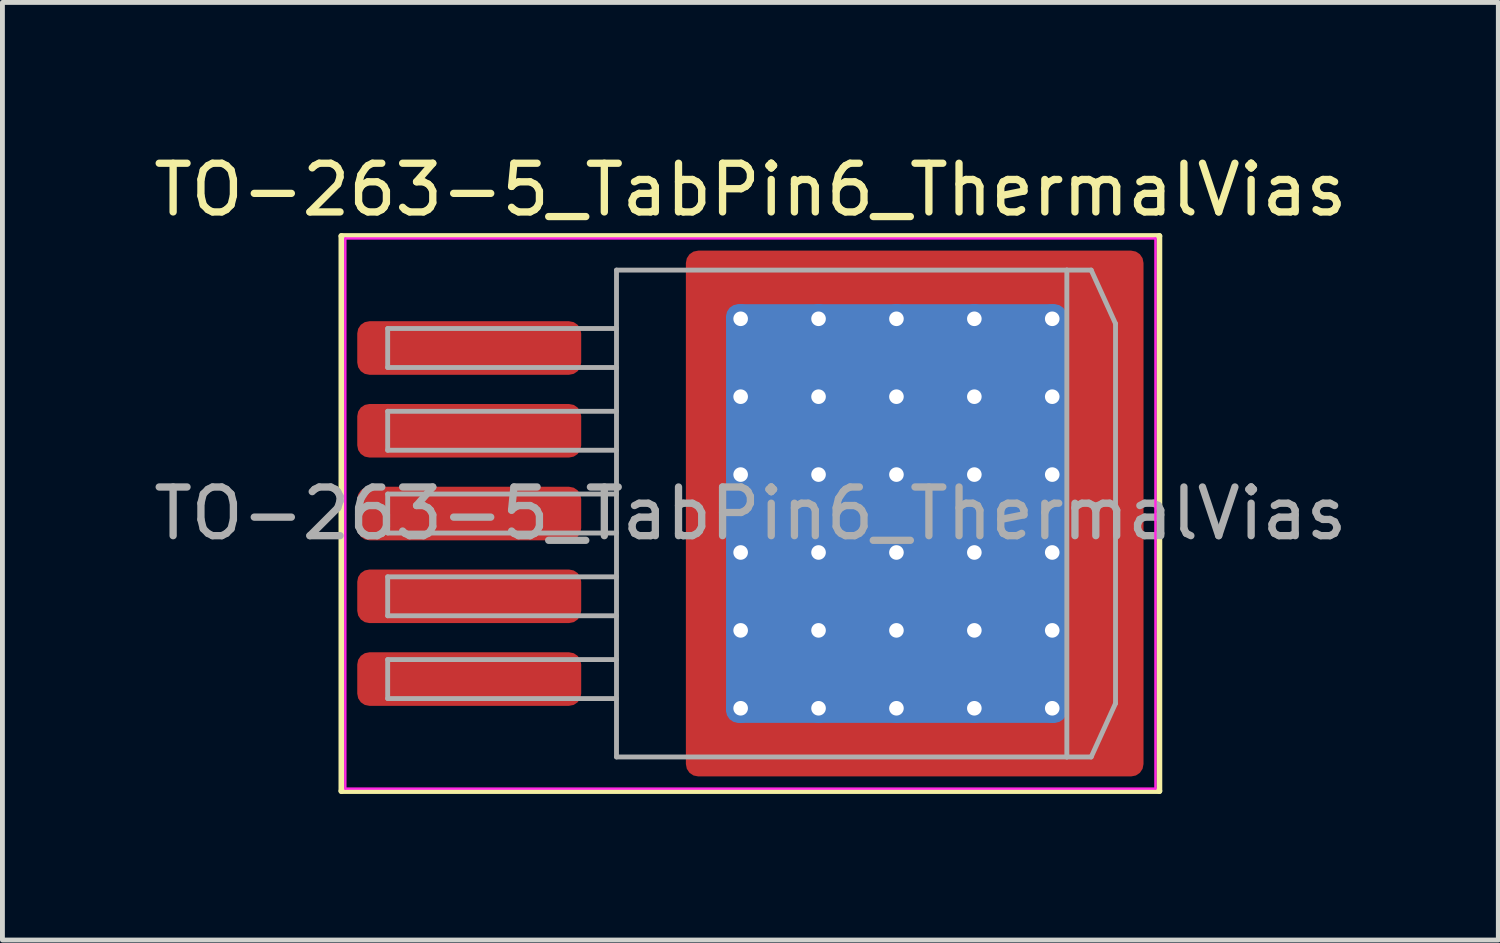
<source format=kicad_pcb>
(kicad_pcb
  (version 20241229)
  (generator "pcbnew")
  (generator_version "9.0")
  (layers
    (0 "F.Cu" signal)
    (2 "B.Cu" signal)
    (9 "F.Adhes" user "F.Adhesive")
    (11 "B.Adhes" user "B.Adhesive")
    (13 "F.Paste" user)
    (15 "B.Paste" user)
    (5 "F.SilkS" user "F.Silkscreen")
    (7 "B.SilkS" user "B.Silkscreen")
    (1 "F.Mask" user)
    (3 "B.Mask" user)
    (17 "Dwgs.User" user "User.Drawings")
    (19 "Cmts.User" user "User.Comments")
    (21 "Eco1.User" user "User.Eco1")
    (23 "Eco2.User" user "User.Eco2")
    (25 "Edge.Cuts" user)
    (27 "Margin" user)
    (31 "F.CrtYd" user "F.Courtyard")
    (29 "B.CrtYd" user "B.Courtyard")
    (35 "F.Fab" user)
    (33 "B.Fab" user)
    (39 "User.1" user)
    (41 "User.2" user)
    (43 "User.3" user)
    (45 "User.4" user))
  (footprint "TO-263-5_TabPin6_ThermalVias"
    (layer "F.Cu")
    (at 12.363 7.498)
    (property "Reference" "TO-263-5_TabPin6_ThermalVias" (at 0 -6.65 0) (layer "F.SilkS") (effects (font (size 1 1) (thickness 0.15))))
    (attr smd)
    (fp_line (start -8.4 -5.7) (end -8.4 5.7) (stroke (width 0.12) (type solid)) (layer "F.SilkS"))
    (fp_line (start -8.4 5.7) (end 8.4 5.7) (stroke (width 0.12) (type solid)) (layer "F.SilkS"))
    (fp_line (start 8.4 -5.7) (end -8.4 -5.7) (stroke (width 0.12) (type solid)) (layer "F.SilkS"))
    (fp_line (start 8.4 5.7) (end 8.4 -5.7) (stroke (width 0.12) (type solid)) (layer "F.SilkS"))
    (fp_line (start -8.32 -5.65) (end -8.32 5.65) (stroke (width 0.05) (type solid)) (layer "F.CrtYd"))
    (fp_line (start -8.32 5.65) (end 8.32 5.65) (stroke (width 0.05) (type solid)) (layer "F.CrtYd"))
    (fp_line (start 8.32 -5.65) (end -8.32 -5.65) (stroke (width 0.05) (type solid)) (layer "F.CrtYd"))
    (fp_line (start 8.32 5.65) (end 8.32 -5.65) (stroke (width 0.05) (type solid)) (layer "F.CrtYd"))
    (fp_line (start -7.45 -3.8) (end -7.45 -3) (stroke (width 0.1) (type solid)) (layer "F.Fab"))
    (fp_line (start -7.45 -3) (end -2.75 -3) (stroke (width 0.1) (type solid)) (layer "F.Fab"))
    (fp_line (start -7.45 -2.1) (end -7.45 -1.3) (stroke (width 0.1) (type solid)) (layer "F.Fab"))
    (fp_line (start -7.45 -1.3) (end -2.75 -1.3) (stroke (width 0.1) (type solid)) (layer "F.Fab"))
    (fp_line (start -7.45 -0.4) (end -7.45 0.4) (stroke (width 0.1) (type solid)) (layer "F.Fab"))
    (fp_line (start -7.45 0.4) (end -2.75 0.4) (stroke (width 0.1) (type solid)) (layer "F.Fab"))
    (fp_line (start -7.45 1.3) (end -7.45 2.1) (stroke (width 0.1) (type solid)) (layer "F.Fab"))
    (fp_line (start -7.45 2.1) (end -2.75 2.1) (stroke (width 0.1) (type solid)) (layer "F.Fab"))
    (fp_line (start -7.45 3) (end -7.45 3.8) (stroke (width 0.1) (type solid)) (layer "F.Fab"))
    (fp_line (start -7.45 3.8) (end -2.75 3.8) (stroke (width 0.1) (type solid)) (layer "F.Fab"))
    (fp_line (start -2.75 -5) (end 6.5 -5) (stroke (width 0.1) (type solid)) (layer "F.Fab"))
    (fp_line (start -2.75 -3.8) (end -7.45 -3.8) (stroke (width 0.1) (type solid)) (layer "F.Fab"))
    (fp_line (start -2.75 -2.1) (end -7.45 -2.1) (stroke (width 0.1) (type solid)) (layer "F.Fab"))
    (fp_line (start -2.75 -0.4) (end -7.45 -0.4) (stroke (width 0.1) (type solid)) (layer "F.Fab"))
    (fp_line (start -2.75 1.3) (end -7.45 1.3) (stroke (width 0.1) (type solid)) (layer "F.Fab"))
    (fp_line (start -2.75 3) (end -7.45 3) (stroke (width 0.1) (type solid)) (layer "F.Fab"))
    (fp_line (start -2.75 5) (end -2.75 -5) (stroke (width 0.1) (type solid)) (layer "F.Fab"))
    (fp_line (start 6.5 -5) (end 6.5 5) (stroke (width 0.1) (type solid)) (layer "F.Fab"))
    (fp_line (start 6.5 -5) (end 7 -5) (stroke (width 0.1) (type solid)) (layer "F.Fab"))
    (fp_line (start 6.5 5) (end -2.75 5) (stroke (width 0.1) (type solid)) (layer "F.Fab"))
    (fp_line (start 6.5 5) (end 7 5) (stroke (width 0.1) (type solid)) (layer "F.Fab"))
    (fp_line (start 7 -5) (end 7.5 -3.9) (stroke (width 0.1) (type solid)) (layer "F.Fab"))
    (fp_line (start 7 5) (end 7.5 3.9) (stroke (width 0.1) (type solid)) (layer "F.Fab"))
    (fp_line (start 7.5 -3.9) (end 7.5 3.9) (stroke (width 0.1) (type solid)) (layer "F.Fab"))
    (fp_text user "${REFERENCE}" (at 0 0 0) (layer "F.Fab") (effects (font (size 1 1) (thickness 0.15))))
    (pad "" smd roundrect (at -0.75 -4.65 90) (size 1.1 0.9) (layers "F.Paste") (roundrect_rratio 0.25))
    (pad "" smd roundrect (at -0.75 -3.2 90) (size 1.4 0.9) (layers "F.Paste") (roundrect_rratio 0.25))
    (pad "" smd roundrect (at -0.75 -1.6 90) (size 1.4 0.9) (layers "F.Paste") (roundrect_rratio 0.25))
    (pad "" smd roundrect (at -0.75 0 90) (size 1.4 0.9) (layers "F.Paste") (roundrect_rratio 0.25))
    (pad "" smd roundrect (at -0.75 1.6 90) (size 1.4 0.9) (layers "F.Paste") (roundrect_rratio 0.25))
    (pad "" smd roundrect (at -0.75 3.2 90) (size 1.4 0.9) (layers "F.Paste") (roundrect_rratio 0.25))
    (pad "" smd roundrect (at -0.75 4.65 90) (size 1.1 0.9) (layers "F.Paste") (roundrect_rratio 0.25))
    (pad "" smd roundrect (at 0.6 -4.65) (size 1.4 1.1) (layers "F.Paste") (roundrect_rratio 0.227))
    (pad "" smd roundrect (at 0.6 -3.2) (size 1.4 1.4) (layers "F.Paste") (roundrect_rratio 0.179))
    (pad "" smd roundrect (at 0.6 -1.6) (size 1.4 1.4) (layers "F.Paste") (roundrect_rratio 0.179))
    (pad "" smd roundrect (at 0.6 0) (size 1.4 1.4) (layers "F.Paste") (roundrect_rratio 0.179))
    (pad "" smd roundrect (at 0.6 1.6) (size 1.4 1.4) (layers "F.Paste") (roundrect_rratio 0.179))
    (pad "" smd roundrect (at 0.6 3.2) (size 1.4 1.4) (layers "F.Paste") (roundrect_rratio 0.179))
    (pad "" smd roundrect (at 0.6 4.65) (size 1.4 1.1) (layers "F.Paste") (roundrect_rratio 0.227))
    (pad "" smd roundrect (at 2.2 -4.65) (size 1.4 1.1) (layers "F.Paste") (roundrect_rratio 0.227))
    (pad "" smd roundrect (at 2.2 -3.2) (size 1.4 1.4) (layers "F.Paste") (roundrect_rratio 0.179))
    (pad "" smd roundrect (at 2.2 -1.6) (size 1.4 1.4) (layers "F.Paste") (roundrect_rratio 0.179))
    (pad "" smd roundrect (at 2.2 0) (size 1.4 1.4) (layers "F.Paste") (roundrect_rratio 0.179))
    (pad "" smd roundrect (at 2.2 1.6) (size 1.4 1.4) (layers "F.Paste") (roundrect_rratio 0.179))
    (pad "" smd roundrect (at 2.2 3.2) (size 1.4 1.4) (layers "F.Paste") (roundrect_rratio 0.179))
    (pad "" smd roundrect (at 2.2 4.65) (size 1.4 1.1) (layers "F.Paste") (roundrect_rratio 0.227))
    (pad "" smd roundrect (at 3.8 -4.65) (size 1.4 1.1) (layers "F.Paste") (roundrect_rratio 0.227))
    (pad "" smd roundrect (at 3.8 -3.2) (size 1.4 1.4) (layers "F.Paste") (roundrect_rratio 0.179))
    (pad "" smd roundrect (at 3.8 -1.6) (size 1.4 1.4) (layers "F.Paste") (roundrect_rratio 0.179))
    (pad "" smd roundrect (at 3.8 0) (size 1.4 1.4) (layers "F.Paste") (roundrect_rratio 0.179))
    (pad "" smd roundrect (at 3.8 1.6) (size 1.4 1.4) (layers "F.Paste") (roundrect_rratio 0.179))
    (pad "" smd roundrect (at 3.8 3.2) (size 1.4 1.4) (layers "F.Paste") (roundrect_rratio 0.179))
    (pad "" smd roundrect (at 3.8 4.65) (size 1.4 1.1) (layers "F.Paste") (roundrect_rratio 0.227))
    (pad "" smd roundrect (at 5.45 -4.65) (size 1.4 1.1) (layers "F.Paste") (roundrect_rratio 0.227))
    (pad "" smd roundrect (at 5.45 -3.2) (size 1.4 1.4) (layers "F.Paste") (roundrect_rratio 0.179))
    (pad "" smd roundrect (at 5.45 -1.6) (size 1.4 1.4) (layers "F.Paste") (roundrect_rratio 0.179))
    (pad "" smd roundrect (at 5.45 0) (size 1.4 1.4) (layers "F.Paste") (roundrect_rratio 0.179))
    (pad "" smd roundrect (at 5.45 1.6) (size 1.4 1.4) (layers "F.Paste") (roundrect_rratio 0.179))
    (pad "" smd roundrect (at 5.45 3.2) (size 1.4 1.4) (layers "F.Paste") (roundrect_rratio 0.179))
    (pad "" smd roundrect (at 5.45 4.65) (size 1.4 1.1) (layers "F.Paste") (roundrect_rratio 0.227))
    (pad "" smd roundrect (at 7.05 -4.65) (size 1.4 1.1) (layers "F.Paste") (roundrect_rratio 0.227))
    (pad "" smd roundrect (at 7.05 -3.2) (size 1.4 1.4) (layers "F.Paste") (roundrect_rratio 0.179))
    (pad "" smd roundrect (at 7.05 -1.6) (size 1.4 1.4) (layers "F.Paste") (roundrect_rratio 0.179))
    (pad "" smd roundrect (at 7.05 0) (size 1.4 1.4) (layers "F.Paste") (roundrect_rratio 0.179))
    (pad "" smd roundrect (at 7.05 1.6) (size 1.4 1.4) (layers "F.Paste") (roundrect_rratio 0.179))
    (pad "" smd roundrect (at 7.05 3.2) (size 1.4 1.4) (layers "F.Paste") (roundrect_rratio 0.179))
    (pad "" smd roundrect (at 7.05 4.65) (size 1.4 1.1) (layers "F.Paste") (roundrect_rratio 0.227))
    (pad "1" smd roundrect (at -5.775 -3.4) (size 4.6 1.1) (layers "F.Cu" "F.Mask" "F.Paste") (roundrect_rratio 0.227))
    (pad "2" smd roundrect (at -5.775 -1.7) (size 4.6 1.1) (layers "F.Cu" "F.Mask" "F.Paste") (roundrect_rratio 0.227))
    (pad "3" smd roundrect (at -5.775 0) (size 4.6 1.1) (layers "F.Cu" "F.Mask" "F.Paste") (roundrect_rratio 0.227))
    (pad "4" smd roundrect (at -5.775 1.7) (size 4.6 1.1) (layers "F.Cu" "F.Mask" "F.Paste") (roundrect_rratio 0.227))
    (pad "5" smd roundrect (at -5.775 3.4) (size 4.6 1.1) (layers "F.Cu" "F.Mask" "F.Paste") (roundrect_rratio 0.227))
    (pad "6" thru_hole circle (at -0.2 -4) (size 0.6 0.6) (drill 0.3) (property pad_prop_heatsink) (layers "*.Cu"))
    (pad "6" thru_hole circle (at -0.2 -2.4) (size 0.6 0.6) (drill 0.3) (property pad_prop_heatsink) (layers "*.Cu"))
    (pad "6" thru_hole circle (at -0.2 -0.8) (size 0.6 0.6) (drill 0.3) (property pad_prop_heatsink) (layers "*.Cu"))
    (pad "6" thru_hole circle (at -0.2 0.8) (size 0.6 0.6) (drill 0.3) (property pad_prop_heatsink) (layers "*.Cu"))
    (pad "6" thru_hole circle (at -0.2 2.4) (size 0.6 0.6) (drill 0.3) (property pad_prop_heatsink) (layers "*.Cu"))
    (pad "6" thru_hole circle (at -0.2 4) (size 0.6 0.6) (drill 0.3) (property pad_prop_heatsink) (layers "*.Cu"))
    (pad "6" thru_hole circle (at 1.4 -4) (size 0.6 0.6) (drill 0.3) (property pad_prop_heatsink) (layers "*.Cu"))
    (pad "6" thru_hole circle (at 1.4 -2.4) (size 0.6 0.6) (drill 0.3) (property pad_prop_heatsink) (layers "*.Cu"))
    (pad "6" thru_hole circle (at 1.4 -0.8) (size 0.6 0.6) (drill 0.3) (property pad_prop_heatsink) (layers "*.Cu"))
    (pad "6" thru_hole circle (at 1.4 0.8) (size 0.6 0.6) (drill 0.3) (property pad_prop_heatsink) (layers "*.Cu"))
    (pad "6" thru_hole circle (at 1.4 2.4) (size 0.6 0.6) (drill 0.3) (property pad_prop_heatsink) (layers "*.Cu"))
    (pad "6" thru_hole circle (at 1.4 4) (size 0.6 0.6) (drill 0.3) (property pad_prop_heatsink) (layers "*.Cu"))
    (pad "6" thru_hole circle (at 3 -4) (size 0.6 0.6) (drill 0.3) (property pad_prop_heatsink) (layers "*.Cu"))
    (pad "6" thru_hole circle (at 3 -2.4) (size 0.6 0.6) (drill 0.3) (property pad_prop_heatsink) (layers "*.Cu"))
    (pad "6" thru_hole circle (at 3 -0.8) (size 0.6 0.6) (drill 0.3) (property pad_prop_heatsink) (layers "*.Cu"))
    (pad "6" smd roundrect (at 3 0) (size 7 8.6) (layers "B.Cu" "B.Mask") (roundrect_rratio 0.036))
    (pad "6" thru_hole circle (at 3 0.8) (size 0.6 0.6) (drill 0.3) (property pad_prop_heatsink) (layers "*.Cu"))
    (pad "6" thru_hole circle (at 3 2.4) (size 0.6 0.6) (drill 0.3) (property pad_prop_heatsink) (layers "*.Cu"))
    (pad "6" thru_hole circle (at 3 4) (size 0.6 0.6) (drill 0.3) (property pad_prop_heatsink) (layers "*.Cu"))
    (pad "6" smd roundrect (at 3.375 0) (size 9.4 10.8) (layers "F.Cu" "F.Mask") (roundrect_rratio 0.027))
    (pad "6" thru_hole circle (at 4.6 -4) (size 0.6 0.6) (drill 0.3) (property pad_prop_heatsink) (layers "*.Cu"))
    (pad "6" thru_hole circle (at 4.6 -2.4) (size 0.6 0.6) (drill 0.3) (property pad_prop_heatsink) (layers "*.Cu"))
    (pad "6" thru_hole circle (at 4.6 -0.8) (size 0.6 0.6) (drill 0.3) (property pad_prop_heatsink) (layers "*.Cu"))
    (pad "6" thru_hole circle (at 4.6 0.8) (size 0.6 0.6) (drill 0.3) (property pad_prop_heatsink) (layers "*.Cu"))
    (pad "6" thru_hole circle (at 4.6 2.4) (size 0.6 0.6) (drill 0.3) (property pad_prop_heatsink) (layers "*.Cu"))
    (pad "6" thru_hole circle (at 4.6 4) (size 0.6 0.6) (drill 0.3) (property pad_prop_heatsink) (layers "*.Cu"))
    (pad "6" thru_hole circle (at 6.2 -4) (size 0.6 0.6) (drill 0.3) (property pad_prop_heatsink) (layers "*.Cu"))
    (pad "6" thru_hole circle (at 6.2 -2.4) (size 0.6 0.6) (drill 0.3) (property pad_prop_heatsink) (layers "*.Cu"))
    (pad "6" thru_hole circle (at 6.2 -0.8) (size 0.6 0.6) (drill 0.3) (property pad_prop_heatsink) (layers "*.Cu"))
    (pad "6" thru_hole circle (at 6.2 0.8) (size 0.6 0.6) (drill 0.3) (property pad_prop_heatsink) (layers "*.Cu"))
    (pad "6" thru_hole circle (at 6.2 2.4) (size 0.6 0.6) (drill 0.3) (property pad_prop_heatsink) (layers "*.Cu"))
    (pad "6" thru_hole circle (at 6.2 4) (size 0.6 0.6) (drill 0.3) (property pad_prop_heatsink) (layers "*.Cu")))
  (gr_rect
    (start -3 -3)
    (end 27.726 16.258)
    (stroke (width 0.1) (type default))
    (fill no)
    (layer "Edge.Cuts")))
</source>
